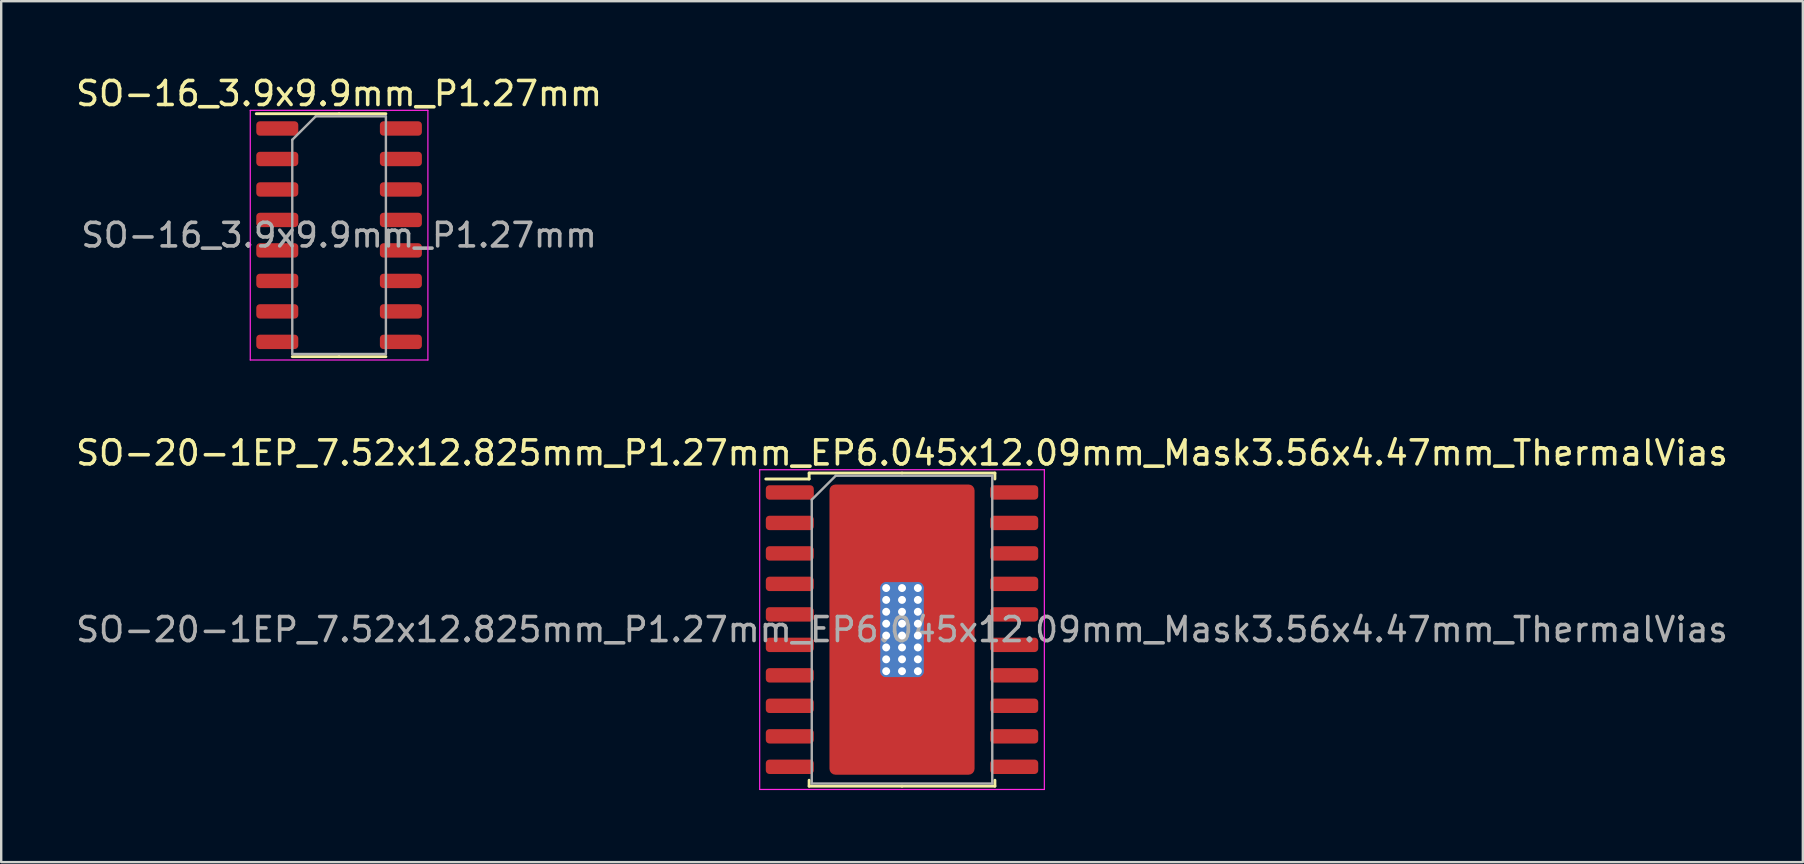
<source format=kicad_pcb>
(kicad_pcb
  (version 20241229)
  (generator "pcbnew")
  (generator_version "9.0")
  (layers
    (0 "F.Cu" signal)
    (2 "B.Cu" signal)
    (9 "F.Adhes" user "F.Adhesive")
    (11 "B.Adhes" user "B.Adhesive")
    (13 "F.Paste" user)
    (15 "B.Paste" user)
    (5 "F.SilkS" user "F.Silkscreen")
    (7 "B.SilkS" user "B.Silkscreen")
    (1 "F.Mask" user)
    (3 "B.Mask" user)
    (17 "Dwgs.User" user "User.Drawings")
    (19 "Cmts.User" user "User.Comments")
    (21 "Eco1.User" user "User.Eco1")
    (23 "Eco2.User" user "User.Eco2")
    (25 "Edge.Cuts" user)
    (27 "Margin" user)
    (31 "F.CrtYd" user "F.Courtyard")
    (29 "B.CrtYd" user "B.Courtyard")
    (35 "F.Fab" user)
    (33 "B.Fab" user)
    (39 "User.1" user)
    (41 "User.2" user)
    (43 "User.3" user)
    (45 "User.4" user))
  (footprint "SO-16_3.9x9.9mm_P1.27mm"
    (layer "F.Cu")
    (at 11.077 6.748)
    (property "Reference" "SO-16_3.9x9.9mm_P1.27mm" (at 0 -5.9 0) (layer "F.SilkS") (effects (font (size 1 1) (thickness 0.15))))
    (attr smd)
    (fp_line (start 0 -5.06) (end -3.45 -5.06) (stroke (width 0.12) (type solid)) (layer "F.SilkS"))
    (fp_line (start 0 -5.06) (end 1.95 -5.06) (stroke (width 0.12) (type solid)) (layer "F.SilkS"))
    (fp_line (start 0 5.06) (end -1.95 5.06) (stroke (width 0.12) (type solid)) (layer "F.SilkS"))
    (fp_line (start 0 5.06) (end 1.95 5.06) (stroke (width 0.12) (type solid)) (layer "F.SilkS"))
    (fp_line (start -3.7 -5.2) (end -3.7 5.2) (stroke (width 0.05) (type solid)) (layer "F.CrtYd"))
    (fp_line (start -3.7 5.2) (end 3.7 5.2) (stroke (width 0.05) (type solid)) (layer "F.CrtYd"))
    (fp_line (start 3.7 -5.2) (end -3.7 -5.2) (stroke (width 0.05) (type solid)) (layer "F.CrtYd"))
    (fp_line (start 3.7 5.2) (end 3.7 -5.2) (stroke (width 0.05) (type solid)) (layer "F.CrtYd"))
    (fp_line (start -1.95 -3.975) (end -0.975 -4.95) (stroke (width 0.1) (type solid)) (layer "F.Fab"))
    (fp_line (start -1.95 4.95) (end -1.95 -3.975) (stroke (width 0.1) (type solid)) (layer "F.Fab"))
    (fp_line (start -0.975 -4.95) (end 1.95 -4.95) (stroke (width 0.1) (type solid)) (layer "F.Fab"))
    (fp_line (start 1.95 -4.95) (end 1.95 4.95) (stroke (width 0.1) (type solid)) (layer "F.Fab"))
    (fp_line (start 1.95 4.95) (end -1.95 4.95) (stroke (width 0.1) (type solid)) (layer "F.Fab"))
    (fp_text user "${REFERENCE}" (at 0 0 0) (layer "F.Fab") (effects (font (size 0.98 0.98) (thickness 0.15))))
    (pad "1" smd roundrect (at -2.575 -4.445) (size 1.75 0.6) (layers "F.Cu" "F.Mask" "F.Paste") (roundrect_rratio 0.25))
    (pad "2" smd roundrect (at -2.575 -3.175) (size 1.75 0.6) (layers "F.Cu" "F.Mask" "F.Paste") (roundrect_rratio 0.25))
    (pad "3" smd roundrect (at -2.575 -1.905) (size 1.75 0.6) (layers "F.Cu" "F.Mask" "F.Paste") (roundrect_rratio 0.25))
    (pad "4" smd roundrect (at -2.575 -0.635) (size 1.75 0.6) (layers "F.Cu" "F.Mask" "F.Paste") (roundrect_rratio 0.25))
    (pad "5" smd roundrect (at -2.575 0.635) (size 1.75 0.6) (layers "F.Cu" "F.Mask" "F.Paste") (roundrect_rratio 0.25))
    (pad "6" smd roundrect (at -2.575 1.905) (size 1.75 0.6) (layers "F.Cu" "F.Mask" "F.Paste") (roundrect_rratio 0.25))
    (pad "7" smd roundrect (at -2.575 3.175) (size 1.75 0.6) (layers "F.Cu" "F.Mask" "F.Paste") (roundrect_rratio 0.25))
    (pad "8" smd roundrect (at -2.575 4.445) (size 1.75 0.6) (layers "F.Cu" "F.Mask" "F.Paste") (roundrect_rratio 0.25))
    (pad "9" smd roundrect (at 2.575 4.445) (size 1.75 0.6) (layers "F.Cu" "F.Mask" "F.Paste") (roundrect_rratio 0.25))
    (pad "10" smd roundrect (at 2.575 3.175) (size 1.75 0.6) (layers "F.Cu" "F.Mask" "F.Paste") (roundrect_rratio 0.25))
    (pad "11" smd roundrect (at 2.575 1.905) (size 1.75 0.6) (layers "F.Cu" "F.Mask" "F.Paste") (roundrect_rratio 0.25))
    (pad "12" smd roundrect (at 2.575 0.635) (size 1.75 0.6) (layers "F.Cu" "F.Mask" "F.Paste") (roundrect_rratio 0.25))
    (pad "13" smd roundrect (at 2.575 -0.635) (size 1.75 0.6) (layers "F.Cu" "F.Mask" "F.Paste") (roundrect_rratio 0.25))
    (pad "14" smd roundrect (at 2.575 -1.905) (size 1.75 0.6) (layers "F.Cu" "F.Mask" "F.Paste") (roundrect_rratio 0.25))
    (pad "15" smd roundrect (at 2.575 -3.175) (size 1.75 0.6) (layers "F.Cu" "F.Mask" "F.Paste") (roundrect_rratio 0.25))
    (pad "16" smd roundrect (at 2.575 -4.445) (size 1.75 0.6) (layers "F.Cu" "F.Mask" "F.Paste") (roundrect_rratio 0.25)))
  (footprint "SO-20-1EP_7.52x12.825mm_P1.27mm_EP6.045x12.09mm_Mask3.56x4.47mm_ThermalVias"
    (layer "F.Cu")
    (at 34.53 23.181)
    (property "Reference" "SO-20-1EP_7.52x12.825mm_P1.27mm_EP6.045x12.09mm_Mask3.56x4.47mm_ThermalVias" (at 0 -7.36 0) (layer "F.SilkS") (effects (font (size 1 1) (thickness 0.15))))
    (attr smd)
    (fp_line (start -3.87 -6.522) (end -3.87 -6.275) (stroke (width 0.12) (type solid)) (layer "F.SilkS"))
    (fp_line (start -3.87 -6.275) (end -5.675 -6.275) (stroke (width 0.12) (type solid)) (layer "F.SilkS"))
    (fp_line (start -3.87 6.522) (end -3.87 6.275) (stroke (width 0.12) (type solid)) (layer "F.SilkS"))
    (fp_line (start 0 -6.522) (end -3.87 -6.522) (stroke (width 0.12) (type solid)) (layer "F.SilkS"))
    (fp_line (start 0 -6.522) (end 3.87 -6.522) (stroke (width 0.12) (type solid)) (layer "F.SilkS"))
    (fp_line (start 0 6.522) (end -3.87 6.522) (stroke (width 0.12) (type solid)) (layer "F.SilkS"))
    (fp_line (start 0 6.522) (end 3.87 6.522) (stroke (width 0.12) (type solid)) (layer "F.SilkS"))
    (fp_line (start 3.87 -6.522) (end 3.87 -6.275) (stroke (width 0.12) (type solid)) (layer "F.SilkS"))
    (fp_line (start 3.87 6.522) (end 3.87 6.275) (stroke (width 0.12) (type solid)) (layer "F.SilkS"))
    (fp_line (start -5.93 -6.66) (end -5.93 6.66) (stroke (width 0.05) (type solid)) (layer "F.CrtYd"))
    (fp_line (start -5.93 6.66) (end 5.93 6.66) (stroke (width 0.05) (type solid)) (layer "F.CrtYd"))
    (fp_line (start 5.93 -6.66) (end -5.93 -6.66) (stroke (width 0.05) (type solid)) (layer "F.CrtYd"))
    (fp_line (start 5.93 6.66) (end 5.93 -6.66) (stroke (width 0.05) (type solid)) (layer "F.CrtYd"))
    (fp_line (start -3.76 -5.412) (end -2.76 -6.412) (stroke (width 0.1) (type solid)) (layer "F.Fab"))
    (fp_line (start -3.76 6.412) (end -3.76 -5.412) (stroke (width 0.1) (type solid)) (layer "F.Fab"))
    (fp_line (start -2.76 -6.412) (end 3.76 -6.412) (stroke (width 0.1) (type solid)) (layer "F.Fab"))
    (fp_line (start 3.76 -6.412) (end 3.76 6.412) (stroke (width 0.1) (type solid)) (layer "F.Fab"))
    (fp_line (start 3.76 6.412) (end -3.76 6.412) (stroke (width 0.1) (type solid)) (layer "F.Fab"))
    (fp_text user "${REFERENCE}" (at 0 0 0) (layer "F.Fab") (effects (font (size 1 1) (thickness 0.15))))
    (pad "" smd roundrect (at -0.89 -1.115) (size 1.54 1.94) (layers "F.Paste") (roundrect_rratio 0.162))
    (pad "" smd roundrect (at -0.89 1.115) (size 1.54 1.94) (layers "F.Paste") (roundrect_rratio 0.162))
    (pad "" smd roundrect (at 0 0) (size 3.56 4.47) (layers "F.Mask") (roundrect_rratio 0.069))
    (pad "" smd roundrect (at 0.89 -1.115) (size 1.54 1.94) (layers "F.Paste") (roundrect_rratio 0.162))
    (pad "" smd roundrect (at 0.89 1.115) (size 1.54 1.94) (layers "F.Paste") (roundrect_rratio 0.162))
    (pad "1" smd roundrect (at -4.675 -5.715) (size 2 0.6) (layers "F.Cu" "F.Mask" "F.Paste") (roundrect_rratio 0.25))
    (pad "2" smd roundrect (at -4.675 -4.445) (size 2 0.6) (layers "F.Cu" "F.Mask" "F.Paste") (roundrect_rratio 0.25))
    (pad "3" smd roundrect (at -4.675 -3.175) (size 2 0.6) (layers "F.Cu" "F.Mask" "F.Paste") (roundrect_rratio 0.25))
    (pad "4" smd roundrect (at -4.675 -1.905) (size 2 0.6) (layers "F.Cu" "F.Mask" "F.Paste") (roundrect_rratio 0.25))
    (pad "5" smd roundrect (at -4.675 -0.635) (size 2 0.6) (layers "F.Cu" "F.Mask" "F.Paste") (roundrect_rratio 0.25))
    (pad "6" smd roundrect (at -4.675 0.635) (size 2 0.6) (layers "F.Cu" "F.Mask" "F.Paste") (roundrect_rratio 0.25))
    (pad "7" smd roundrect (at -4.675 1.905) (size 2 0.6) (layers "F.Cu" "F.Mask" "F.Paste") (roundrect_rratio 0.25))
    (pad "8" smd roundrect (at -4.675 3.175) (size 2 0.6) (layers "F.Cu" "F.Mask" "F.Paste") (roundrect_rratio 0.25))
    (pad "9" smd roundrect (at -4.675 4.445) (size 2 0.6) (layers "F.Cu" "F.Mask" "F.Paste") (roundrect_rratio 0.25))
    (pad "10" smd roundrect (at -4.675 5.715) (size 2 0.6) (layers "F.Cu" "F.Mask" "F.Paste") (roundrect_rratio 0.25))
    (pad "11" smd roundrect (at 4.675 5.715) (size 2 0.6) (layers "F.Cu" "F.Mask" "F.Paste") (roundrect_rratio 0.25))
    (pad "12" smd roundrect (at 4.675 4.445) (size 2 0.6) (layers "F.Cu" "F.Mask" "F.Paste") (roundrect_rratio 0.25))
    (pad "13" smd roundrect (at 4.675 3.175) (size 2 0.6) (layers "F.Cu" "F.Mask" "F.Paste") (roundrect_rratio 0.25))
    (pad "14" smd roundrect (at 4.675 1.905) (size 2 0.6) (layers "F.Cu" "F.Mask" "F.Paste") (roundrect_rratio 0.25))
    (pad "15" smd roundrect (at 4.675 0.635) (size 2 0.6) (layers "F.Cu" "F.Mask" "F.Paste") (roundrect_rratio 0.25))
    (pad "16" smd roundrect (at 4.675 -0.635) (size 2 0.6) (layers "F.Cu" "F.Mask" "F.Paste") (roundrect_rratio 0.25))
    (pad "17" smd roundrect (at 4.675 -1.905) (size 2 0.6) (layers "F.Cu" "F.Mask" "F.Paste") (roundrect_rratio 0.25))
    (pad "18" smd roundrect (at 4.675 -3.175) (size 2 0.6) (layers "F.Cu" "F.Mask" "F.Paste") (roundrect_rratio 0.25))
    (pad "19" smd roundrect (at 4.675 -4.445) (size 2 0.6) (layers "F.Cu" "F.Mask" "F.Paste") (roundrect_rratio 0.25))
    (pad "20" smd roundrect (at 4.675 -5.715) (size 2 0.6) (layers "F.Cu" "F.Mask" "F.Paste") (roundrect_rratio 0.25))
    (pad "21" thru_hole circle (at -0.66 -1.732) (size 0.49 0.49) (drill 0.33) (layers "*.Cu"))
    (pad "21" thru_hole circle (at -0.66 -1.238) (size 0.49 0.49) (drill 0.33) (layers "*.Cu"))
    (pad "21" thru_hole circle (at -0.66 -0.743) (size 0.49 0.49) (drill 0.33) (layers "*.Cu"))
    (pad "21" thru_hole circle (at -0.66 -0.247) (size 0.49 0.49) (drill 0.33) (layers "*.Cu"))
    (pad "21" thru_hole circle (at -0.66 0.247) (size 0.49 0.49) (drill 0.33) (layers "*.Cu"))
    (pad "21" thru_hole circle (at -0.66 0.743) (size 0.49 0.49) (drill 0.33) (layers "*.Cu"))
    (pad "21" thru_hole circle (at -0.66 1.238) (size 0.49 0.49) (drill 0.33) (layers "*.Cu"))
    (pad "21" thru_hole circle (at -0.66 1.732) (size 0.49 0.49) (drill 0.33) (layers "*.Cu"))
    (pad "21" thru_hole circle (at 0 -1.732) (size 0.49 0.49) (drill 0.33) (layers "*.Cu"))
    (pad "21" thru_hole circle (at 0 -1.238) (size 0.49 0.49) (drill 0.33) (layers "*.Cu"))
    (pad "21" thru_hole circle (at 0 -0.743) (size 0.49 0.49) (drill 0.33) (layers "*.Cu"))
    (pad "21" thru_hole circle (at 0 -0.247) (size 0.49 0.49) (drill 0.33) (layers "*.Cu"))
    (pad "21" smd roundrect (at 0 0) (size 1.81 3.955) (layers "B.Cu") (roundrect_rratio 0.135))
    (pad "21" smd roundrect (at 0 0) (size 6.045 12.09) (layers "F.Cu") (roundrect_rratio 0.041))
    (pad "21" thru_hole circle (at 0 0.247) (size 0.49 0.49) (drill 0.33) (layers "*.Cu"))
    (pad "21" thru_hole circle (at 0 0.743) (size 0.49 0.49) (drill 0.33) (layers "*.Cu"))
    (pad "21" thru_hole circle (at 0 1.238) (size 0.49 0.49) (drill 0.33) (layers "*.Cu"))
    (pad "21" thru_hole circle (at 0 1.732) (size 0.49 0.49) (drill 0.33) (layers "*.Cu"))
    (pad "21" thru_hole circle (at 0.66 -1.732) (size 0.49 0.49) (drill 0.33) (layers "*.Cu"))
    (pad "21" thru_hole circle (at 0.66 -1.238) (size 0.49 0.49) (drill 0.33) (layers "*.Cu"))
    (pad "21" thru_hole circle (at 0.66 -0.743) (size 0.49 0.49) (drill 0.33) (layers "*.Cu"))
    (pad "21" thru_hole circle (at 0.66 -0.247) (size 0.49 0.49) (drill 0.33) (layers "*.Cu"))
    (pad "21" thru_hole circle (at 0.66 0.247) (size 0.49 0.49) (drill 0.33) (layers "*.Cu"))
    (pad "21" thru_hole circle (at 0.66 0.743) (size 0.49 0.49) (drill 0.33) (layers "*.Cu"))
    (pad "21" thru_hole circle (at 0.66 1.238) (size 0.49 0.49) (drill 0.33) (layers "*.Cu"))
    (pad "21" thru_hole circle (at 0.66 1.732) (size 0.49 0.49) (drill 0.33) (layers "*.Cu")))
  (gr_rect
    (start -3 -3)
    (end 72.06 32.867)
    (stroke (width 0.1) (type default))
    (fill no)
    (layer "Edge.Cuts")))
</source>
